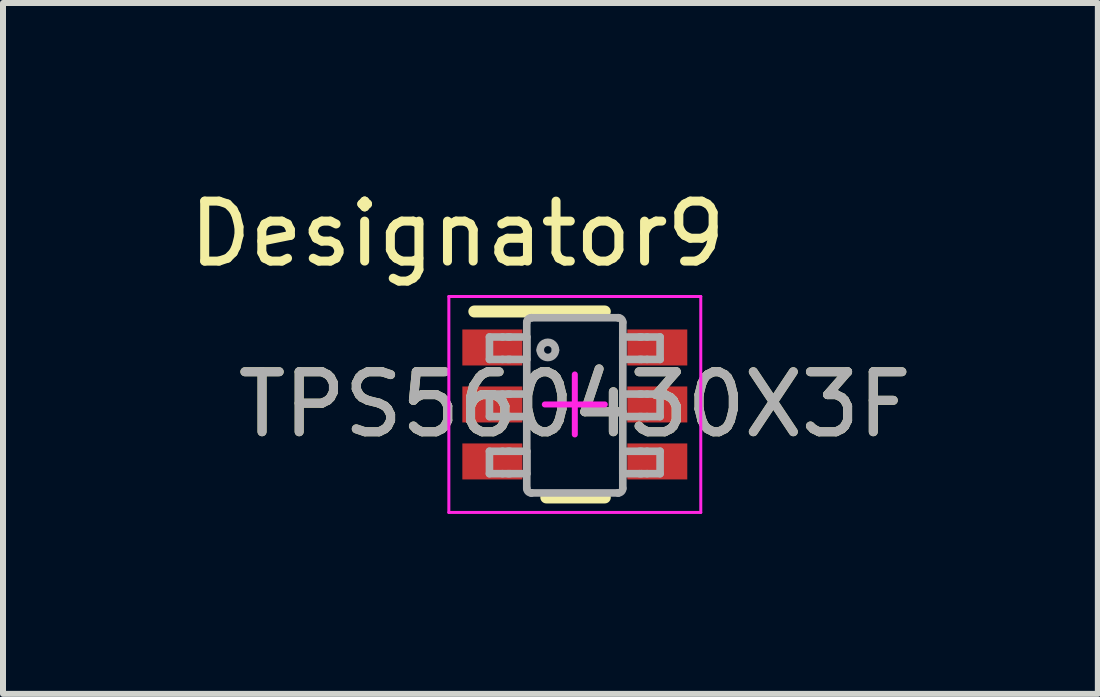
<source format=kicad_pcb>
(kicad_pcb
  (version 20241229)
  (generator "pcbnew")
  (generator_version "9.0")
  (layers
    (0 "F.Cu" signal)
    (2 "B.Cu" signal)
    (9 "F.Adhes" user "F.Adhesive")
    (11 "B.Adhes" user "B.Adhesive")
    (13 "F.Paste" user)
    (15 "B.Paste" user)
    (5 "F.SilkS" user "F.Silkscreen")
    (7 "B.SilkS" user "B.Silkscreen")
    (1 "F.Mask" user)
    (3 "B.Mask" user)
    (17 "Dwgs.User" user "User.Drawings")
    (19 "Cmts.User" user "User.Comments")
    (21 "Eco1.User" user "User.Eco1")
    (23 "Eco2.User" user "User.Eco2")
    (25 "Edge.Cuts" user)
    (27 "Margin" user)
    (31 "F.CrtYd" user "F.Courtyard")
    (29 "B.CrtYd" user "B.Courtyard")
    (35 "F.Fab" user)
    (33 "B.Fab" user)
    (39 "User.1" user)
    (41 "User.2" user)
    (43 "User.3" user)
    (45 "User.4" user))
  (footprint "TPS560430X3F"
    (layer "F.Cu")
    (at 6.533 3.693)
    (property "Reference" "TPS560430X3F" (at 0 0 0) (unlocked yes) (layer "F.SilkS") (effects (font (size 1 1) (thickness 0.15))))
    (attr smd)
    (fp_line (start -1.675 -1.55) (end 0.5 -1.55) (stroke (width 0.2) (type solid)) (layer "F.SilkS"))
    (fp_line (start -0.475 1.55) (end 0.5 1.55) (stroke (width 0.2) (type solid)) (layer "F.SilkS"))
    (fp_line (start -2.1 -1.8) (end 2.1 -1.8) (stroke (width 0.05) (type solid)) (layer "F.CrtYd"))
    (fp_line (start -2.1 1.8) (end -2.1 -1.8) (stroke (width 0.05) (type solid)) (layer "F.CrtYd"))
    (fp_line (start -2.1 1.8) (end 2.1 1.8) (stroke (width 0.05) (type solid)) (layer "F.CrtYd"))
    (fp_line (start -0.5 0) (end 0.5 0) (stroke (width 0.1) (type solid)) (layer "F.CrtYd"))
    (fp_line (start 0 0.5) (end 0 -0.5) (stroke (width 0.1) (type solid)) (layer "F.CrtYd"))
    (fp_line (start 2.1 1.8) (end 2.1 -1.8) (stroke (width 0.05) (type solid)) (layer "F.CrtYd"))
    (fp_line (start -1.423 -1.125) (end -1.206 -1.125) (stroke (width 0.127) (type solid)) (layer "F.Fab"))
    (fp_line (start -1.423 -0.751) (end -1.423 -1.125) (stroke (width 0.127) (type solid)) (layer "F.Fab"))
    (fp_line (start -1.423 -0.751) (end -1.206 -0.751) (stroke (width 0.127) (type solid)) (layer "F.Fab"))
    (fp_line (start -1.423 -0.173) (end -1.206 -0.173) (stroke (width 0.127) (type solid)) (layer "F.Fab"))
    (fp_line (start -1.423 0.202) (end -1.423 -0.173) (stroke (width 0.127) (type solid)) (layer "F.Fab"))
    (fp_line (start -1.423 0.202) (end -1.206 0.202) (stroke (width 0.127) (type solid)) (layer "F.Fab"))
    (fp_line (start -1.423 0.78) (end -1.206 0.78) (stroke (width 0.127) (type solid)) (layer "F.Fab"))
    (fp_line (start -1.423 1.154) (end -1.423 0.78) (stroke (width 0.127) (type solid)) (layer "F.Fab"))
    (fp_line (start -1.423 1.154) (end -1.206 1.154) (stroke (width 0.127) (type solid)) (layer "F.Fab"))
    (fp_line (start -1.206 -1.125) (end -1.113 -1.125) (stroke (width 0.127) (type solid)) (layer "F.Fab"))
    (fp_line (start -1.206 -0.751) (end -1.113 -0.751) (stroke (width 0.127) (type solid)) (layer "F.Fab"))
    (fp_line (start -1.206 -0.173) (end -1.113 -0.173) (stroke (width 0.127) (type solid)) (layer "F.Fab"))
    (fp_line (start -1.206 0.202) (end -1.113 0.202) (stroke (width 0.127) (type solid)) (layer "F.Fab"))
    (fp_line (start -1.206 0.78) (end -1.113 0.78) (stroke (width 0.127) (type solid)) (layer "F.Fab"))
    (fp_line (start -1.206 1.154) (end -1.113 1.154) (stroke (width 0.127) (type solid)) (layer "F.Fab"))
    (fp_line (start -1.113 -1.125) (end -1.081 -1.125) (stroke (width 0.127) (type solid)) (layer "F.Fab"))
    (fp_line (start -1.113 -0.751) (end -1.081 -0.751) (stroke (width 0.127) (type solid)) (layer "F.Fab"))
    (fp_line (start -1.113 -0.173) (end -1.081 -0.173) (stroke (width 0.127) (type solid)) (layer "F.Fab"))
    (fp_line (start -1.113 0.202) (end -1.081 0.202) (stroke (width 0.127) (type solid)) (layer "F.Fab"))
    (fp_line (start -1.113 0.78) (end -1.081 0.78) (stroke (width 0.127) (type solid)) (layer "F.Fab"))
    (fp_line (start -1.113 1.154) (end -1.081 1.154) (stroke (width 0.127) (type solid)) (layer "F.Fab"))
    (fp_line (start -1.081 -1.125) (end -0.828 -1.125) (stroke (width 0.127) (type solid)) (layer "F.Fab"))
    (fp_line (start -1.081 -0.751) (end -0.828 -0.751) (stroke (width 0.127) (type solid)) (layer "F.Fab"))
    (fp_line (start -1.081 -0.173) (end -0.828 -0.173) (stroke (width 0.127) (type solid)) (layer "F.Fab"))
    (fp_line (start -1.081 0.202) (end -0.828 0.202) (stroke (width 0.127) (type solid)) (layer "F.Fab"))
    (fp_line (start -1.081 0.78) (end -0.828 0.78) (stroke (width 0.127) (type solid)) (layer "F.Fab"))
    (fp_line (start -1.081 1.154) (end -0.828 1.154) (stroke (width 0.127) (type solid)) (layer "F.Fab"))
    (fp_line (start -0.828 -1.125) (end -0.801 -1.125) (stroke (width 0.127) (type solid)) (layer "F.Fab"))
    (fp_line (start -0.828 -0.751) (end -0.801 -0.751) (stroke (width 0.127) (type solid)) (layer "F.Fab"))
    (fp_line (start -0.828 -0.173) (end -0.801 -0.173) (stroke (width 0.127) (type solid)) (layer "F.Fab"))
    (fp_line (start -0.828 0.202) (end -0.801 0.202) (stroke (width 0.127) (type solid)) (layer "F.Fab"))
    (fp_line (start -0.828 0.78) (end -0.801 0.78) (stroke (width 0.127) (type solid)) (layer "F.Fab"))
    (fp_line (start -0.828 1.154) (end -0.801 1.154) (stroke (width 0.127) (type solid)) (layer "F.Fab"))
    (fp_line (start -0.801 -0.751) (end -0.801 -1.125) (stroke (width 0.127) (type solid)) (layer "F.Fab"))
    (fp_line (start -0.801 0.202) (end -0.801 -0.173) (stroke (width 0.127) (type solid)) (layer "F.Fab"))
    (fp_line (start -0.801 1.154) (end -0.801 0.78) (stroke (width 0.127) (type solid)) (layer "F.Fab"))
    (fp_line (start -0.801 1.399) (end -0.801 -1.37) (stroke (width 0.127) (type solid)) (layer "F.Fab"))
    (fp_line (start -0.725 -1.446) (end -0.724 -1.446) (stroke (width 0.127) (type solid)) (layer "F.Fab"))
    (fp_line (start -0.725 1.475) (end -0.724 1.475) (stroke (width 0.127) (type solid)) (layer "F.Fab"))
    (fp_line (start -0.724 -1.446) (end 0.723 -1.446) (stroke (width 0.127) (type solid)) (layer "F.Fab"))
    (fp_line (start -0.724 1.475) (end 0.723 1.475) (stroke (width 0.127) (type solid)) (layer "F.Fab"))
    (fp_line (start 0.723 -1.446) (end 0.724 -1.446) (stroke (width 0.127) (type solid)) (layer "F.Fab"))
    (fp_line (start 0.723 1.475) (end 0.724 1.475) (stroke (width 0.127) (type solid)) (layer "F.Fab"))
    (fp_line (start 0.8 -1.125) (end 0.827 -1.125) (stroke (width 0.127) (type solid)) (layer "F.Fab"))
    (fp_line (start 0.8 -0.751) (end 0.8 -1.125) (stroke (width 0.127) (type solid)) (layer "F.Fab"))
    (fp_line (start 0.8 -0.751) (end 0.827 -0.751) (stroke (width 0.127) (type solid)) (layer "F.Fab"))
    (fp_line (start 0.8 -0.173) (end 0.827 -0.173) (stroke (width 0.127) (type solid)) (layer "F.Fab"))
    (fp_line (start 0.8 0.202) (end 0.8 -0.173) (stroke (width 0.127) (type solid)) (layer "F.Fab"))
    (fp_line (start 0.8 0.202) (end 0.827 0.202) (stroke (width 0.127) (type solid)) (layer "F.Fab"))
    (fp_line (start 0.8 0.78) (end 0.827 0.78) (stroke (width 0.127) (type solid)) (layer "F.Fab"))
    (fp_line (start 0.8 1.154) (end 0.8 0.78) (stroke (width 0.127) (type solid)) (layer "F.Fab"))
    (fp_line (start 0.8 1.154) (end 0.827 1.154) (stroke (width 0.127) (type solid)) (layer "F.Fab"))
    (fp_line (start 0.8 1.399) (end 0.8 -1.37) (stroke (width 0.127) (type solid)) (layer "F.Fab"))
    (fp_line (start 0.827 -1.125) (end 1.08 -1.125) (stroke (width 0.127) (type solid)) (layer "F.Fab"))
    (fp_line (start 0.827 -0.751) (end 1.08 -0.751) (stroke (width 0.127) (type solid)) (layer "F.Fab"))
    (fp_line (start 0.827 -0.173) (end 1.08 -0.173) (stroke (width 0.127) (type solid)) (layer "F.Fab"))
    (fp_line (start 0.827 0.202) (end 1.08 0.202) (stroke (width 0.127) (type solid)) (layer "F.Fab"))
    (fp_line (start 0.827 0.78) (end 1.08 0.78) (stroke (width 0.127) (type solid)) (layer "F.Fab"))
    (fp_line (start 0.827 1.154) (end 1.08 1.154) (stroke (width 0.127) (type solid)) (layer "F.Fab"))
    (fp_line (start 1.08 -1.125) (end 1.112 -1.125) (stroke (width 0.127) (type solid)) (layer "F.Fab"))
    (fp_line (start 1.08 -0.751) (end 1.112 -0.751) (stroke (width 0.127) (type solid)) (layer "F.Fab"))
    (fp_line (start 1.08 -0.173) (end 1.112 -0.173) (stroke (width 0.127) (type solid)) (layer "F.Fab"))
    (fp_line (start 1.08 0.202) (end 1.112 0.202) (stroke (width 0.127) (type solid)) (layer "F.Fab"))
    (fp_line (start 1.08 0.78) (end 1.112 0.78) (stroke (width 0.127) (type solid)) (layer "F.Fab"))
    (fp_line (start 1.08 1.154) (end 1.112 1.154) (stroke (width 0.127) (type solid)) (layer "F.Fab"))
    (fp_line (start 1.112 -1.125) (end 1.205 -1.125) (stroke (width 0.127) (type solid)) (layer "F.Fab"))
    (fp_line (start 1.112 -0.751) (end 1.205 -0.751) (stroke (width 0.127) (type solid)) (layer "F.Fab"))
    (fp_line (start 1.112 -0.173) (end 1.205 -0.173) (stroke (width 0.127) (type solid)) (layer "F.Fab"))
    (fp_line (start 1.112 0.202) (end 1.205 0.202) (stroke (width 0.127) (type solid)) (layer "F.Fab"))
    (fp_line (start 1.112 0.78) (end 1.205 0.78) (stroke (width 0.127) (type solid)) (layer "F.Fab"))
    (fp_line (start 1.112 1.154) (end 1.205 1.154) (stroke (width 0.127) (type solid)) (layer "F.Fab"))
    (fp_line (start 1.205 -1.125) (end 1.422 -1.125) (stroke (width 0.127) (type solid)) (layer "F.Fab"))
    (fp_line (start 1.205 -0.751) (end 1.422 -0.751) (stroke (width 0.127) (type solid)) (layer "F.Fab"))
    (fp_line (start 1.205 -0.173) (end 1.422 -0.173) (stroke (width 0.127) (type solid)) (layer "F.Fab"))
    (fp_line (start 1.205 0.202) (end 1.422 0.202) (stroke (width 0.127) (type solid)) (layer "F.Fab"))
    (fp_line (start 1.205 0.78) (end 1.422 0.78) (stroke (width 0.127) (type solid)) (layer "F.Fab"))
    (fp_line (start 1.205 1.154) (end 1.422 1.154) (stroke (width 0.127) (type solid)) (layer "F.Fab"))
    (fp_line (start 1.422 -0.751) (end 1.422 -1.125) (stroke (width 0.127) (type solid)) (layer "F.Fab"))
    (fp_line (start 1.422 0.202) (end 1.422 -0.173) (stroke (width 0.127) (type solid)) (layer "F.Fab"))
    (fp_line (start 1.422 1.154) (end 1.422 0.78) (stroke (width 0.127) (type solid)) (layer "F.Fab"))
    (fp_arc (start -0.800692 -1.369901) (mid -0.778512 -1.423533) (end -0.724999 -1.446) (stroke (width 0.127) (type solid)) (layer "F.Fab"))
    (fp_arc (start -0.724999 1.475002) (mid -0.778507 1.452548) (end -0.800692 1.398928) (stroke (width 0.127) (type solid)) (layer "F.Fab"))
    (fp_arc (start -0.576537 -0.906071) (mid -0.449562 -1.033046) (end -0.322588 -0.906071) (stroke (width 0.127) (type solid)) (layer "F.Fab"))
    (fp_arc (start -0.322588 -0.906071) (mid -0.449562 -0.779097) (end -0.576537 -0.906071) (stroke (width 0.127) (type solid)) (layer "F.Fab"))
    (fp_arc (start 0.723841 -1.446) (mid 0.777341 -1.423528) (end 0.799508 -1.369901) (stroke (width 0.127) (type solid)) (layer "F.Fab"))
    (fp_arc (start 0.799508 1.398928) (mid 0.777336 1.452543) (end 0.723841 1.475002) (stroke (width 0.127) (type solid)) (layer "F.Fab"))
    (fp_text user "Designator9" (at -1.956 -2.845 0) (unlocked yes) (layer "F.SilkS") (effects (font (size 1 1) (thickness 0.15))))
    (fp_text user "${REFERENCE}" (at 0 0 0) (unlocked yes) (layer "F.Fab") (effects (font (size 1 1) (thickness 0.15))))
    (pad "1" smd rect (at -1.375 -0.95 90) (size 0.6 1) (layers "F.Cu" "F.Mask" "F.Paste"))
    (pad "2" smd rect (at -1.375 0 90) (size 0.6 1) (layers "F.Cu" "F.Mask" "F.Paste"))
    (pad "3" smd rect (at -1.375 0.95 90) (size 0.6 1) (layers "F.Cu" "F.Mask" "F.Paste"))
    (pad "4" smd rect (at 1.375 0.95 90) (size 0.6 1) (layers "F.Cu" "F.Mask" "F.Paste"))
    (pad "5" smd rect (at 1.375 0 90) (size 0.6 1) (layers "F.Cu" "F.Mask" "F.Paste"))
    (pad "6" smd rect (at 1.375 -0.95 90) (size 0.6 1) (layers "F.Cu" "F.Mask" "F.Paste")))
  (gr_rect
    (start -3 -3)
    (end 15.253 8.518)
    (stroke (width 0.1) (type default))
    (fill no)
    (layer "Edge.Cuts")))
</source>
